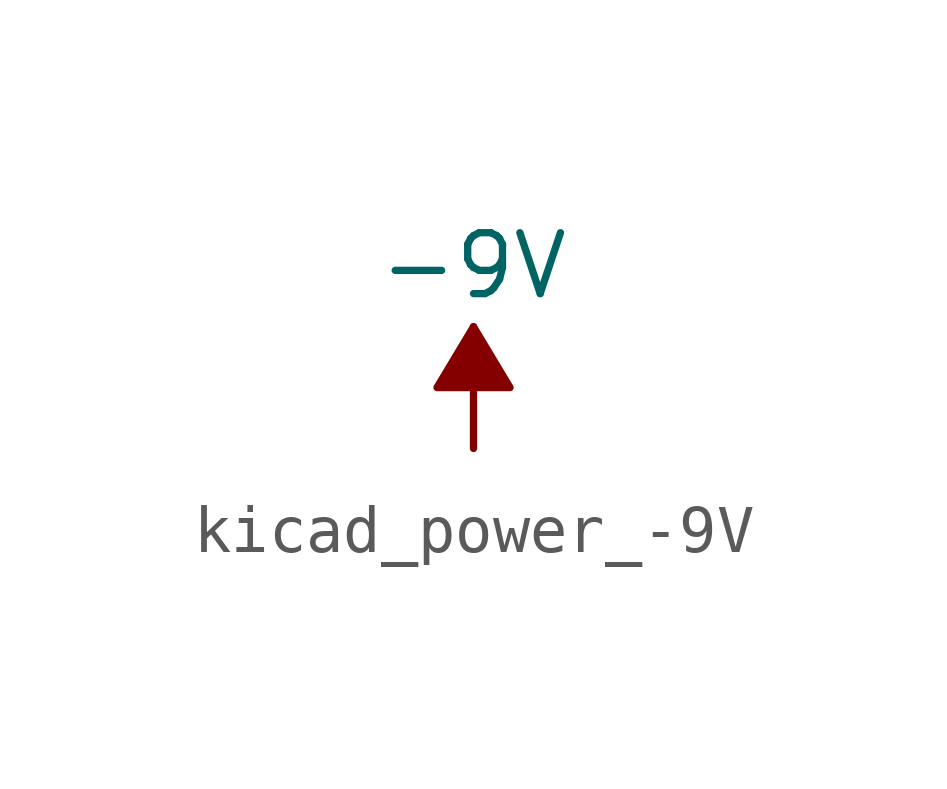
<source format=kicad_sym>
(kicad_symbol_lib
  (version 20220914)
  (generator kicad_symbol_editor)
  (symbol "kicad_power_-9V"
    (power)
    (pin_names
      (offset 0))
    (property "Reference" "#PWR"
      (at 0 -3.175 0)
      (effects (font (size 1.27 1.27)) hide))
    (property "Value" "-9V"
      (at 0 3.81 0)
      (effects (font (size 1.27 1.27))))
    (symbol "kicad_power_-9V_0_1"
      (polyline (pts (xy 0 0) (xy 0 2.54)) (stroke (width 0) (type default)) (fill (type none)))
      (polyline (pts (xy 0.762 1.27) (xy -0.762 1.27) (xy 0 2.54) (xy 0.762 1.27)) (stroke (width 0) (type default)) (fill (type outline))))
    (symbol "kicad_power_-9V_1_1"
      (pin power_in line (at 0 0 90) (length 0) hide (name "-9V" (effects (font (size 1.27 1.27)))) (number "1" (effects (font (size 1.27 1.27))))))))
</source>
